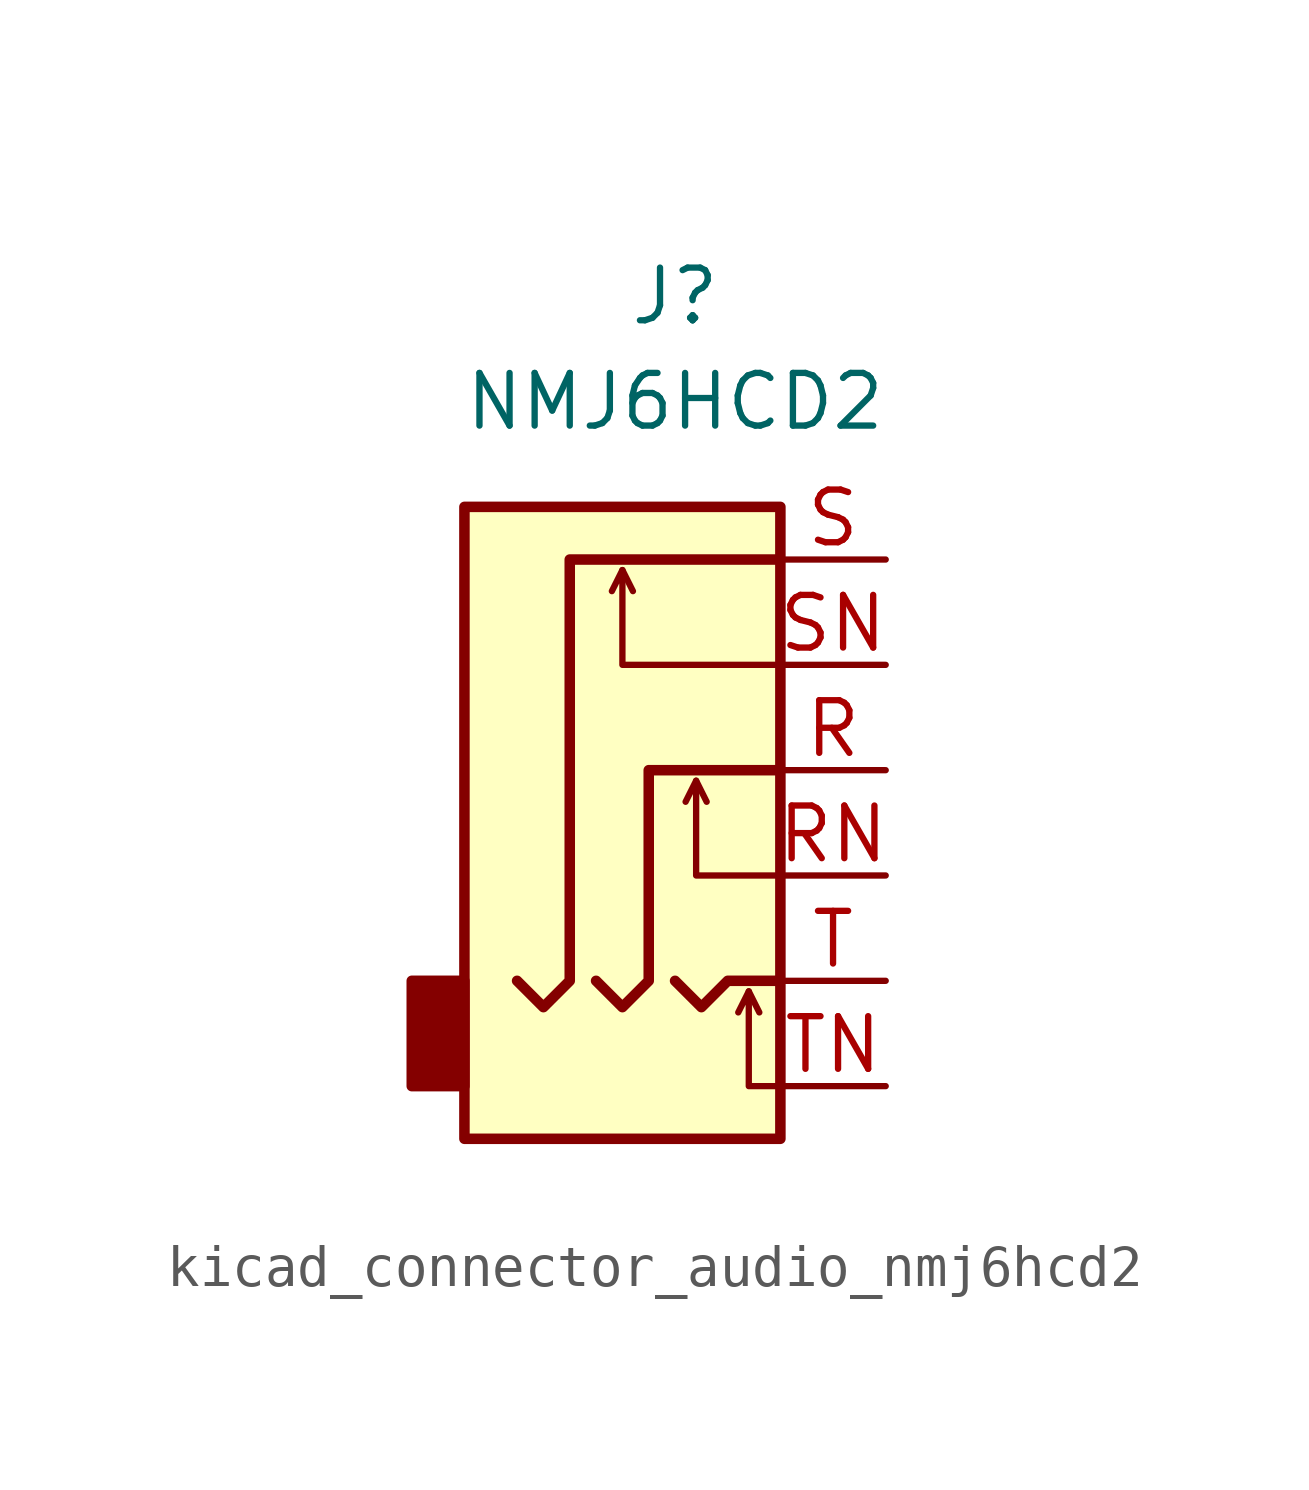
<source format=kicad_sym>
(kicad_symbol_lib
  (version 20220914)
  (generator kicad_symbol_editor)
  (symbol "kicad_connector_audio_nmj6hcd2"
    (property "Reference" "J"
      (at 0 11.43 0)
      (effects (font (size 1.27 1.27))))
    (property "Value" "NMJ6HCD2"
      (at 0 8.89 0)
      (effects (font (size 1.27 1.27))))
    (symbol "kicad_connector_audio_nmj6hcd2_0_1"
      (rectangle (start -5.08 -5.08) (end -6.35 -7.62) (stroke (width 0.254) (type default)) (fill (type outline)))
      (polyline (pts (xy -1.27 4.826) (xy -1.016 4.318)) (stroke (width 0) (type default)) (fill (type none)))
      (polyline (pts (xy 0.508 -0.254) (xy 0.762 -0.762)) (stroke (width 0) (type default)) (fill (type none)))
      (polyline (pts (xy 1.778 -5.334) (xy 2.032 -5.842)) (stroke (width 0) (type default)) (fill (type none)))
      (polyline (pts (xy 0 -5.08) (xy 0.635 -5.715) (xy 1.27 -5.08) (xy 2.54 -5.08)) (stroke (width 0.254) (type default)) (fill (type none)))
      (polyline (pts (xy 2.54 -7.62) (xy 1.778 -7.62) (xy 1.778 -5.334) (xy 1.524 -5.842)) (stroke (width 0) (type default)) (fill (type none)))
      (polyline (pts (xy 2.54 -2.54) (xy 0.508 -2.54) (xy 0.508 -0.254) (xy 0.254 -0.762)) (stroke (width 0) (type default)) (fill (type none)))
      (polyline (pts (xy 2.54 2.54) (xy -1.27 2.54) (xy -1.27 4.826) (xy -1.524 4.318)) (stroke (width 0) (type default)) (fill (type none)))
      (polyline (pts (xy -1.905 -5.08) (xy -1.27 -5.715) (xy -0.635 -5.08) (xy -0.635 0) (xy 2.54 0)) (stroke (width 0.254) (type default)) (fill (type none)))
      (polyline (pts (xy 2.54 5.08) (xy -2.54 5.08) (xy -2.54 -5.08) (xy -3.175 -5.715) (xy -3.81 -5.08)) (stroke (width 0.254) (type default)) (fill (type none)))
      (rectangle (start 2.54 6.35) (end -5.08 -8.89) (stroke (width 0.254) (type default)) (fill (type background))))
    (symbol "kicad_connector_audio_nmj6hcd2_1_1"
      (pin passive line (at 5.08 0 180) (length 2.54) (name "~" (effects (font (size 1.27 1.27)))) (number "R" (effects (font (size 1.27 1.27)))))
      (pin passive line (at 5.08 -2.54 180) (length 2.54) (name "~" (effects (font (size 1.27 1.27)))) (number "RN" (effects (font (size 1.27 1.27)))))
      (pin passive line (at 5.08 5.08 180) (length 2.54) (name "~" (effects (font (size 1.27 1.27)))) (number "S" (effects (font (size 1.27 1.27)))))
      (pin passive line (at 5.08 2.54 180) (length 2.54) (name "~" (effects (font (size 1.27 1.27)))) (number "SN" (effects (font (size 1.27 1.27)))))
      (pin passive line (at 5.08 -5.08 180) (length 2.54) (name "~" (effects (font (size 1.27 1.27)))) (number "T" (effects (font (size 1.27 1.27)))))
      (pin passive line (at 5.08 -7.62 180) (length 2.54) (name "~" (effects (font (size 1.27 1.27)))) (number "TN" (effects (font (size 1.27 1.27))))))))
</source>
